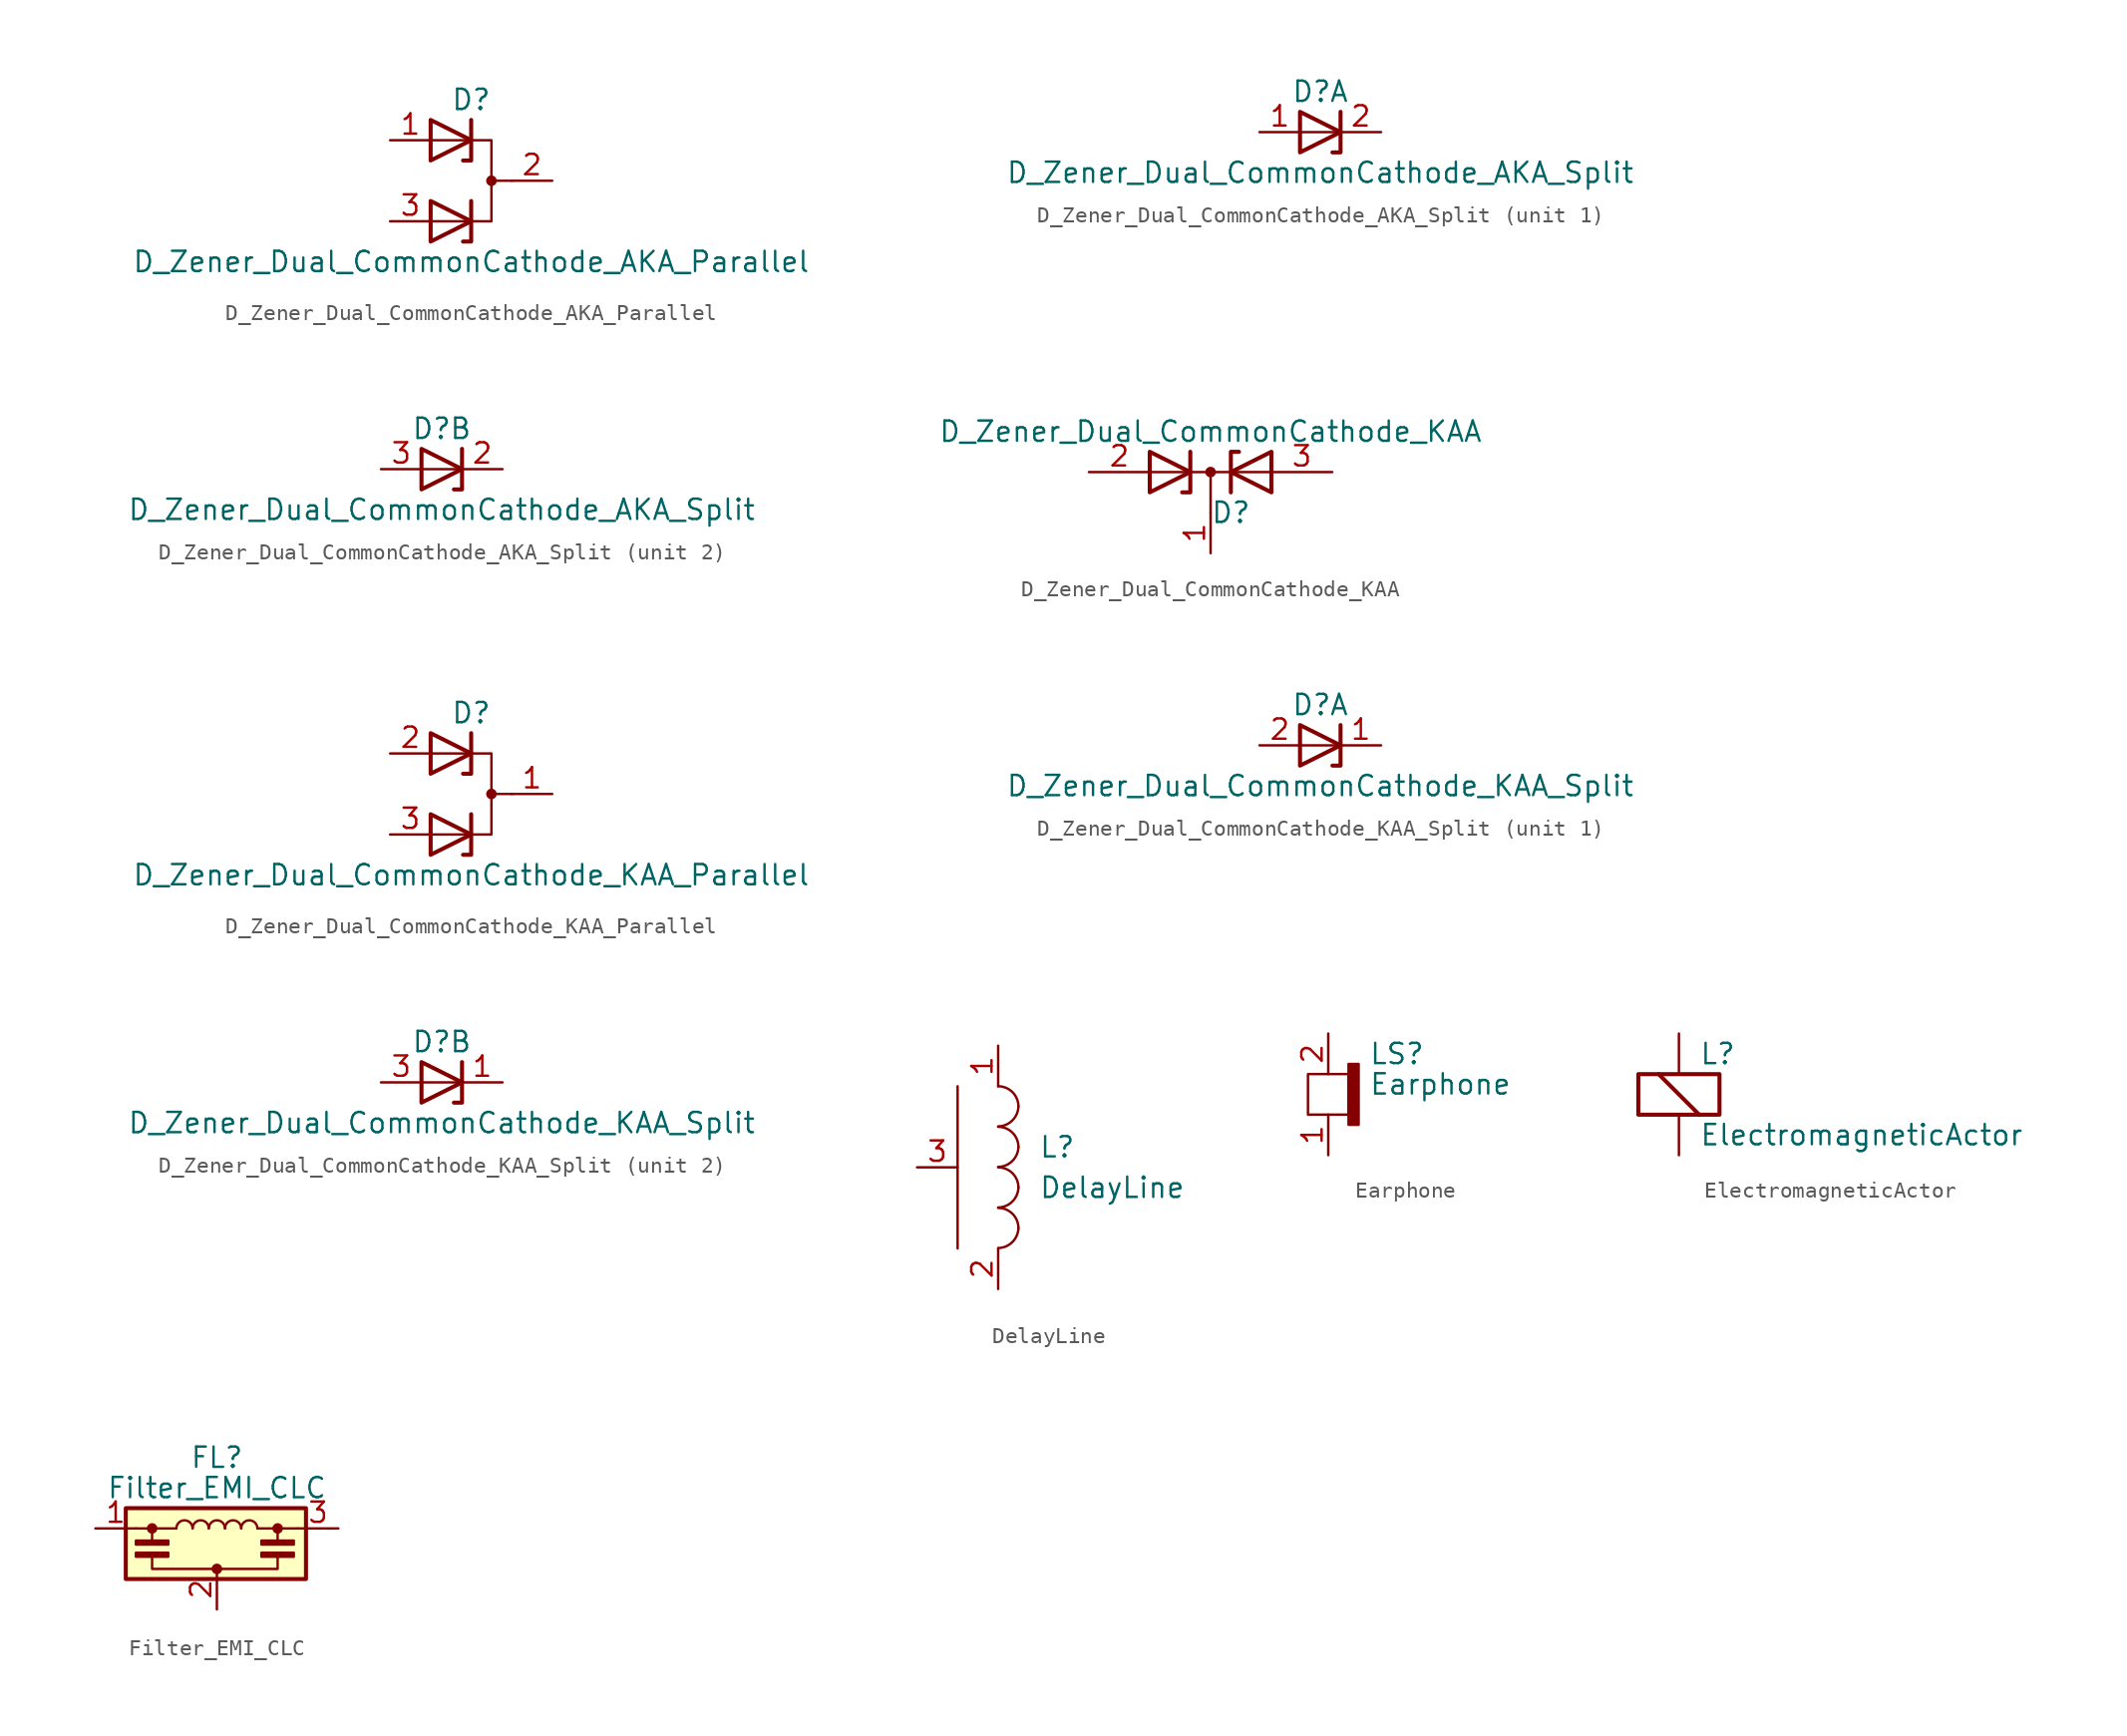
<source format=kicad_sym>
(kicad_symbol_lib
  (version 20241209)
  (generator "kicad_symbol_editor")
  (generator_version "9.0")
  (symbol "D_Zener_Dual_CommonCathode_AKA_Parallel"
    (pin_names
      (offset 0.762)
      (hide yes))
    (property "Reference" "D"
      (at 0 5.08 0)
      (effects (font (size 1.27 1.27))))
    (property "Value" "D_Zener_Dual_CommonCathode_AKA_Parallel"
      (at 0 -5.08 0)
      (effects (font (size 1.27 1.27))))
    (symbol "D_Zener_Dual_CommonCathode_AKA_Parallel_0_0"
      (polyline (pts (xy 0 3.81) (xy 0 1.27) (xy -0.508 1.27)) (stroke (width 0.254) (type default)) (fill (type none)))
      (polyline (pts (xy 0 -1.27) (xy 0 -3.81) (xy -0.508 -3.81)) (stroke (width 0.254) (type default)) (fill (type none))))
    (symbol "D_Zener_Dual_CommonCathode_AKA_Parallel_0_1"
      (polyline (pts (xy -2.54 3.81) (xy 0 2.54) (xy -2.54 1.27) (xy -2.54 3.81) (xy -2.54 3.81) (xy -2.54 3.81)) (stroke (width 0.254) (type default)) (fill (type none)))
      (polyline (pts (xy -2.54 -1.27) (xy 0 -2.54) (xy -2.54 -3.81) (xy -2.54 -1.27) (xy -2.54 -1.27) (xy -2.54 -1.27)) (stroke (width 0.254) (type default)) (fill (type none)))
      (polyline (pts (xy -2.54 -2.54) (xy 1.27 -2.54) (xy 1.27 2.54) (xy -2.54 2.54)) (stroke (width 0) (type default)) (fill (type none)))
      (polyline (pts (xy 1.27 0) (xy 2.54 0)) (stroke (width 0) (type default)) (fill (type none)))
      (circle (center 1.27 0) (radius 0.254) (stroke (width 0) (type default)) (fill (type outline)))
      (pin passive line (at -5.08 2.54 0) (length 2.54) (name "A" (effects (font (size 1.27 1.27)))) (number "1" (effects (font (size 1.27 1.27)))))
      (pin passive line (at -5.08 -2.54 0) (length 2.54) (name "A" (effects (font (size 1.27 1.27)))) (number "3" (effects (font (size 1.27 1.27)))))
      (pin passive line (at 5.08 0 180) (length 2.54) (name "K" (effects (font (size 1.27 1.27)))) (number "2" (effects (font (size 1.27 1.27)))))))
  (symbol "D_Zener_Dual_CommonCathode_AKA_Split"
    (pin_names
      (offset 0.762)
      (hide yes))
    (property "Reference" "D"
      (at 0 2.54 0)
      (effects (font (size 1.27 1.27))))
    (property "Value" "D_Zener_Dual_CommonCathode_AKA_Split"
      (at 0 -2.54 0)
      (effects (font (size 1.27 1.27))))
    (property "ki_locked" ""
      (at 0 0 0)
      (effects (font (size 1.27 1.27))))
    (symbol "D_Zener_Dual_CommonCathode_AKA_Split_0_0"
      (polyline (pts (xy 1.27 1.27) (xy 1.27 -1.27) (xy 0.762 -1.27)) (stroke (width 0.254) (type default)) (fill (type none))))
    (symbol "D_Zener_Dual_CommonCathode_AKA_Split_0_1"
      (polyline (pts (xy -1.27 1.27) (xy 1.27 0) (xy -1.27 -1.27) (xy -1.27 1.27) (xy -1.27 1.27) (xy -1.27 1.27)) (stroke (width 0.254) (type default)) (fill (type none)))
      (polyline (pts (xy 1.27 0) (xy -1.27 0)) (stroke (width 0) (type default)) (fill (type none)))
      (pin passive line (at 3.81 0 180) (length 2.54) (name "K" (effects (font (size 1.27 1.27)))) (number "2" (effects (font (size 1.27 1.27))))))
    (symbol "D_Zener_Dual_CommonCathode_AKA_Split_1_1"
      (pin passive line (at -3.81 0 0) (length 2.54) (name "A" (effects (font (size 1.27 1.27)))) (number "1" (effects (font (size 1.27 1.27))))))
    (symbol "D_Zener_Dual_CommonCathode_AKA_Split_2_1"
      (pin passive line (at -3.81 0 0) (length 2.54) (name "A" (effects (font (size 1.27 1.27)))) (number "3" (effects (font (size 1.27 1.27)))))))
  (symbol "D_Zener_Dual_CommonCathode_KAA"
    (pin_names
      (offset 0.762)
      (hide yes))
    (property "Reference" "D"
      (at 1.27 -2.54 0)
      (effects (font (size 1.27 1.27))))
    (property "Value" "D_Zener_Dual_CommonCathode_KAA"
      (at 0 2.54 0)
      (effects (font (size 1.27 1.27))))
    (symbol "D_Zener_Dual_CommonCathode_KAA_0_1"
      (polyline (pts (xy -3.81 1.27) (xy -1.27 0) (xy -3.81 -1.27) (xy -3.81 1.27) (xy -3.81 1.27) (xy -3.81 1.27)) (stroke (width 0.254) (type default)) (fill (type none)))
      (polyline (pts (xy -3.81 0) (xy 3.81 0)) (stroke (width 0) (type default)) (fill (type none)))
      (polyline (pts (xy -1.27 1.27) (xy -1.27 -1.27) (xy -1.778 -1.27)) (stroke (width 0.254) (type default)) (fill (type none)))
      (polyline (pts (xy 0 0) (xy 0 -2.54)) (stroke (width 0) (type default)) (fill (type none)))
      (circle (center 0 0) (radius 0.254) (stroke (width 0) (type default)) (fill (type outline)))
      (polyline (pts (xy 1.27 -1.27) (xy 1.27 1.27) (xy 1.778 1.27)) (stroke (width 0.254) (type default)) (fill (type none)))
      (polyline (pts (xy 3.81 -1.27) (xy 1.27 0) (xy 3.81 1.27) (xy 3.81 -1.27) (xy 3.81 -1.27) (xy 3.81 -1.27)) (stroke (width 0.254) (type default)) (fill (type none)))
      (pin passive line (at -7.62 0 0) (length 3.81) (name "A" (effects (font (size 1.27 1.27)))) (number "2" (effects (font (size 1.27 1.27)))))
      (pin passive line (at 0 -5.08 90) (length 2.54) (name "K" (effects (font (size 1.27 1.27)))) (number "1" (effects (font (size 1.27 1.27)))))
      (pin passive line (at 7.62 0 180) (length 3.81) (name "A" (effects (font (size 1.27 1.27)))) (number "3" (effects (font (size 1.27 1.27)))))))
  (symbol "D_Zener_Dual_CommonCathode_KAA_Parallel"
    (pin_names
      (offset 0.762)
      (hide yes))
    (property "Reference" "D"
      (at 0 5.08 0)
      (effects (font (size 1.27 1.27))))
    (property "Value" "D_Zener_Dual_CommonCathode_KAA_Parallel"
      (at 0 -5.08 0)
      (effects (font (size 1.27 1.27))))
    (symbol "D_Zener_Dual_CommonCathode_KAA_Parallel_0_0"
      (polyline (pts (xy 0 3.81) (xy 0 1.27) (xy -0.508 1.27)) (stroke (width 0.254) (type default)) (fill (type none)))
      (polyline (pts (xy 0 -1.27) (xy 0 -3.81) (xy -0.508 -3.81)) (stroke (width 0.254) (type default)) (fill (type none))))
    (symbol "D_Zener_Dual_CommonCathode_KAA_Parallel_0_1"
      (polyline (pts (xy -2.54 3.81) (xy 0 2.54) (xy -2.54 1.27) (xy -2.54 3.81) (xy -2.54 3.81) (xy -2.54 3.81)) (stroke (width 0.254) (type default)) (fill (type none)))
      (polyline (pts (xy -2.54 -1.27) (xy 0 -2.54) (xy -2.54 -3.81) (xy -2.54 -1.27) (xy -2.54 -1.27) (xy -2.54 -1.27)) (stroke (width 0.254) (type default)) (fill (type none)))
      (polyline (pts (xy -2.54 -2.54) (xy 1.27 -2.54) (xy 1.27 2.54) (xy -2.54 2.54)) (stroke (width 0) (type default)) (fill (type none)))
      (polyline (pts (xy 1.27 0) (xy 2.54 0)) (stroke (width 0) (type default)) (fill (type none)))
      (circle (center 1.27 0) (radius 0.254) (stroke (width 0) (type default)) (fill (type outline)))
      (pin passive line (at -5.08 2.54 0) (length 2.54) (name "K" (effects (font (size 1.27 1.27)))) (number "2" (effects (font (size 1.27 1.27)))))
      (pin passive line (at -5.08 -2.54 0) (length 2.54) (name "K" (effects (font (size 1.27 1.27)))) (number "3" (effects (font (size 1.27 1.27)))))
      (pin passive line (at 5.08 0 180) (length 2.54) (name "A" (effects (font (size 1.27 1.27)))) (number "1" (effects (font (size 1.27 1.27)))))))
  (symbol "D_Zener_Dual_CommonCathode_KAA_Split"
    (pin_names
      (offset 0.762)
      (hide yes))
    (property "Reference" "D"
      (at 0 2.54 0)
      (effects (font (size 1.27 1.27))))
    (property "Value" "D_Zener_Dual_CommonCathode_KAA_Split"
      (at 0 -2.54 0)
      (effects (font (size 1.27 1.27))))
    (property "ki_locked" ""
      (at 0 0 0)
      (effects (font (size 1.27 1.27))))
    (symbol "D_Zener_Dual_CommonCathode_KAA_Split_0_0"
      (polyline (pts (xy 1.27 1.27) (xy 1.27 -1.27) (xy 0.762 -1.27)) (stroke (width 0.254) (type default)) (fill (type none))))
    (symbol "D_Zener_Dual_CommonCathode_KAA_Split_0_1"
      (polyline (pts (xy -1.27 1.27) (xy 1.27 0) (xy -1.27 -1.27) (xy -1.27 1.27) (xy -1.27 1.27) (xy -1.27 1.27)) (stroke (width 0.254) (type default)) (fill (type none)))
      (polyline (pts (xy 1.27 0) (xy -1.27 0)) (stroke (width 0) (type default)) (fill (type none)))
      (pin passive line (at 3.81 0 180) (length 2.54) (name "K" (effects (font (size 1.27 1.27)))) (number "1" (effects (font (size 1.27 1.27))))))
    (symbol "D_Zener_Dual_CommonCathode_KAA_Split_1_1"
      (pin passive line (at -3.81 0 0) (length 2.54) (name "A" (effects (font (size 1.27 1.27)))) (number "2" (effects (font (size 1.27 1.27))))))
    (symbol "D_Zener_Dual_CommonCathode_KAA_Split_2_1"
      (pin passive line (at -3.81 0 0) (length 2.54) (name "K" (effects (font (size 1.27 1.27)))) (number "3" (effects (font (size 1.27 1.27)))))))
  (symbol "DelayLine"
    (pin_names
      (offset 1.016)
      (hide yes))
    (property "Reference" "L"
      (at 2.54 1.27 0)
      (effects (font (size 1.27 1.27)) (justify left)))
    (property "Value" "DelayLine"
      (at 2.54 -1.27 0)
      (effects (font (size 1.27 1.27)) (justify left)))
    (symbol "DelayLine_0_1"
      (polyline (pts (xy -2.54 5.08) (xy -2.54 -5.08)) (stroke (width 0) (type default)) (fill (type none)))
      (arc (start 1.27 3.81) (mid 0.884 2.9336) (end 0 2.5654) (stroke (width 0) (type default)) (fill (type none)))
      (arc (start 1.27 1.27) (mid 0.884 0.3936) (end 0 0.0254) (stroke (width 0) (type default)) (fill (type none)))
      (arc (start 1.27 -1.27) (mid 0.884 -2.1464) (end 0 -2.5146) (stroke (width 0) (type default)) (fill (type none)))
      (arc (start 1.27 -3.81) (mid 0.884 -4.6864) (end 0 -5.0546) (stroke (width 0) (type default)) (fill (type none)))
      (arc (start 0 5.08) (mid 0.898 4.708) (end 1.27 3.81) (stroke (width 0) (type default)) (fill (type none)))
      (arc (start 0 2.54) (mid 0.898 2.168) (end 1.27 1.27) (stroke (width 0) (type default)) (fill (type none)))
      (arc (start 0 0) (mid 0.898 -0.372) (end 1.27 -1.27) (stroke (width 0) (type default)) (fill (type none)))
      (arc (start 0 -2.54) (mid 0.898 -2.912) (end 1.27 -3.81) (stroke (width 0) (type default)) (fill (type none))))
    (symbol "DelayLine_1_1"
      (pin input line (at -5.08 0 0) (length 2.54) (name "COMMUN" (effects (font (size 1.27 1.27)))) (number "3" (effects (font (size 1.27 1.27)))))
      (pin passive line (at 0 7.62 270) (length 2.54) (name "1" (effects (font (size 1.27 1.27)))) (number "1" (effects (font (size 1.27 1.27)))))
      (pin passive line (at 0 -7.62 90) (length 2.54) (name "2" (effects (font (size 1.27 1.27)))) (number "2" (effects (font (size 1.27 1.27)))))))
  (symbol "Earphone"
    (pin_names
      (offset 0.025)
      (hide yes))
    (property "Reference" "LS"
      (at 2.54 3.81 0)
      (effects (font (size 1.27 1.27)) (justify left)))
    (property "Value" "Earphone"
      (at 2.54 1.905 0)
      (effects (font (size 1.27 1.27)) (justify left)))
    (symbol "Earphone_0_1"
      (rectangle (start 1.27 0) (end -1.27 2.54) (stroke (width 0) (type default)) (fill (type none)))
      (rectangle (start 1.27 -0.635) (end 1.905 3.175) (stroke (width 0) (type default)) (fill (type outline))))
    (symbol "Earphone_1_1"
      (pin passive line (at 0 5.08 270) (length 2.54) (name "+" (effects (font (size 1.27 1.27)))) (number "2" (effects (font (size 1.27 1.27)))))
      (pin passive line (at 0 -2.54 90) (length 2.54) (name "-" (effects (font (size 1.27 1.27)))) (number "1" (effects (font (size 1.27 1.27)))))))
  (symbol "ElectromagneticActor"
    (pin_numbers
      (hide yes))
    (pin_names
      (offset 0.025)
      (hide yes))
    (property "Reference" "L"
      (at 1.27 3.81 0)
      (effects (font (size 1.27 1.27)) (justify left)))
    (property "Value" "ElectromagneticActor"
      (at 1.27 -1.27 0)
      (effects (font (size 1.27 1.27)) (justify left)))
    (symbol "ElectromagneticActor_0_1"
      (rectangle (start -2.54 2.54) (end 2.54 0) (stroke (width 0.254) (type default)) (fill (type none)))
      (polyline (pts (xy -1.27 2.54) (xy 1.27 0)) (stroke (width 0.254) (type default)) (fill (type none))))
    (symbol "ElectromagneticActor_1_1"
      (pin passive line (at 0 5.08 270) (length 2.54) (name "-" (effects (font (size 1.27 1.27)))) (number "1" (effects (font (size 1.27 1.27)))))
      (pin passive line (at 0 -2.54 90) (length 2.54) (name "+" (effects (font (size 1.27 1.27)))) (number "2" (effects (font (size 1.27 1.27)))))))
  (symbol "Filter_EMI_CLC"
    (pin_names
      (offset 0.254)
      (hide yes))
    (property "Reference" "FL"
      (at 0 6.985 0)
      (effects (font (size 1.27 1.27))))
    (property "Value" "Filter_EMI_CLC"
      (at 0 5.08 0)
      (effects (font (size 1.27 1.27))))
    (symbol "Filter_EMI_CLC_0_1"
      (rectangle (start -5.715 3.81) (end 5.588 -0.635) (stroke (width 0.254) (type default)) (fill (type background)))
      (polyline (pts (xy -5.08 2.54) (xy -2.54 2.54)) (stroke (width 0) (type default)) (fill (type none)))
      (rectangle (start -5.08 0.762) (end -3.048 1.016) (stroke (width 0) (type default)) (fill (type outline)))
      (circle (center -4.064 2.54) (radius 0.254) (stroke (width 0) (type default)) (fill (type outline)))
      (polyline (pts (xy -4.064 2.54) (xy -4.064 1.778)) (stroke (width 0) (type default)) (fill (type none)))
      (polyline (pts (xy -4.064 0.762) (xy -4.064 0) (xy 3.81 0) (xy 3.81 0.762)) (stroke (width 0) (type default)) (fill (type none)))
      (rectangle (start -3.048 1.524) (end -5.08 1.778) (stroke (width 0) (type default)) (fill (type outline)))
      (arc (start -2.54 2.54) (mid -2.032 3.0458) (end -1.524 2.54) (stroke (width 0) (type default)) (fill (type none)))
      (arc (start -1.524 2.54) (mid -1.016 3.0458) (end -0.508 2.54) (stroke (width 0) (type default)) (fill (type none)))
      (arc (start -0.508 2.54) (mid 0 3.0458) (end 0.508 2.54) (stroke (width 0) (type default)) (fill (type none)))
      (circle (center 0 0) (radius 0.254) (stroke (width 0) (type default)) (fill (type outline)))
      (arc (start 0.508 2.54) (mid 1.016 3.0458) (end 1.524 2.54) (stroke (width 0) (type default)) (fill (type none)))
      (arc (start 1.524 2.54) (mid 2.032 3.0458) (end 2.54 2.54) (stroke (width 0) (type default)) (fill (type none)))
      (polyline (pts (xy 2.54 2.54) (xy 5.08 2.54)) (stroke (width 0) (type default)) (fill (type none)))
      (rectangle (start 2.794 0.762) (end 4.826 1.016) (stroke (width 0) (type default)) (fill (type outline)))
      (polyline (pts (xy 3.81 2.54) (xy 3.81 1.778)) (stroke (width 0) (type default)) (fill (type none)))
      (circle (center 3.81 2.54) (radius 0.254) (stroke (width 0) (type default)) (fill (type outline)))
      (rectangle (start 4.826 1.524) (end 2.794 1.778) (stroke (width 0) (type default)) (fill (type outline))))
    (symbol "Filter_EMI_CLC_1_1"
      (pin passive line (at -7.62 2.54 0) (length 2.54) (name "1" (effects (font (size 1.27 1.27)))) (number "1" (effects (font (size 1.27 1.27)))))
      (pin passive line (at 0 -2.54 90) (length 2.54) (name "2" (effects (font (size 1.27 1.27)))) (number "2" (effects (font (size 1.27 1.27)))))
      (pin passive line (at 7.62 2.54 180) (length 2.54) (name "3" (effects (font (size 1.27 1.27)))) (number "3" (effects (font (size 1.27 1.27))))))))
</source>
